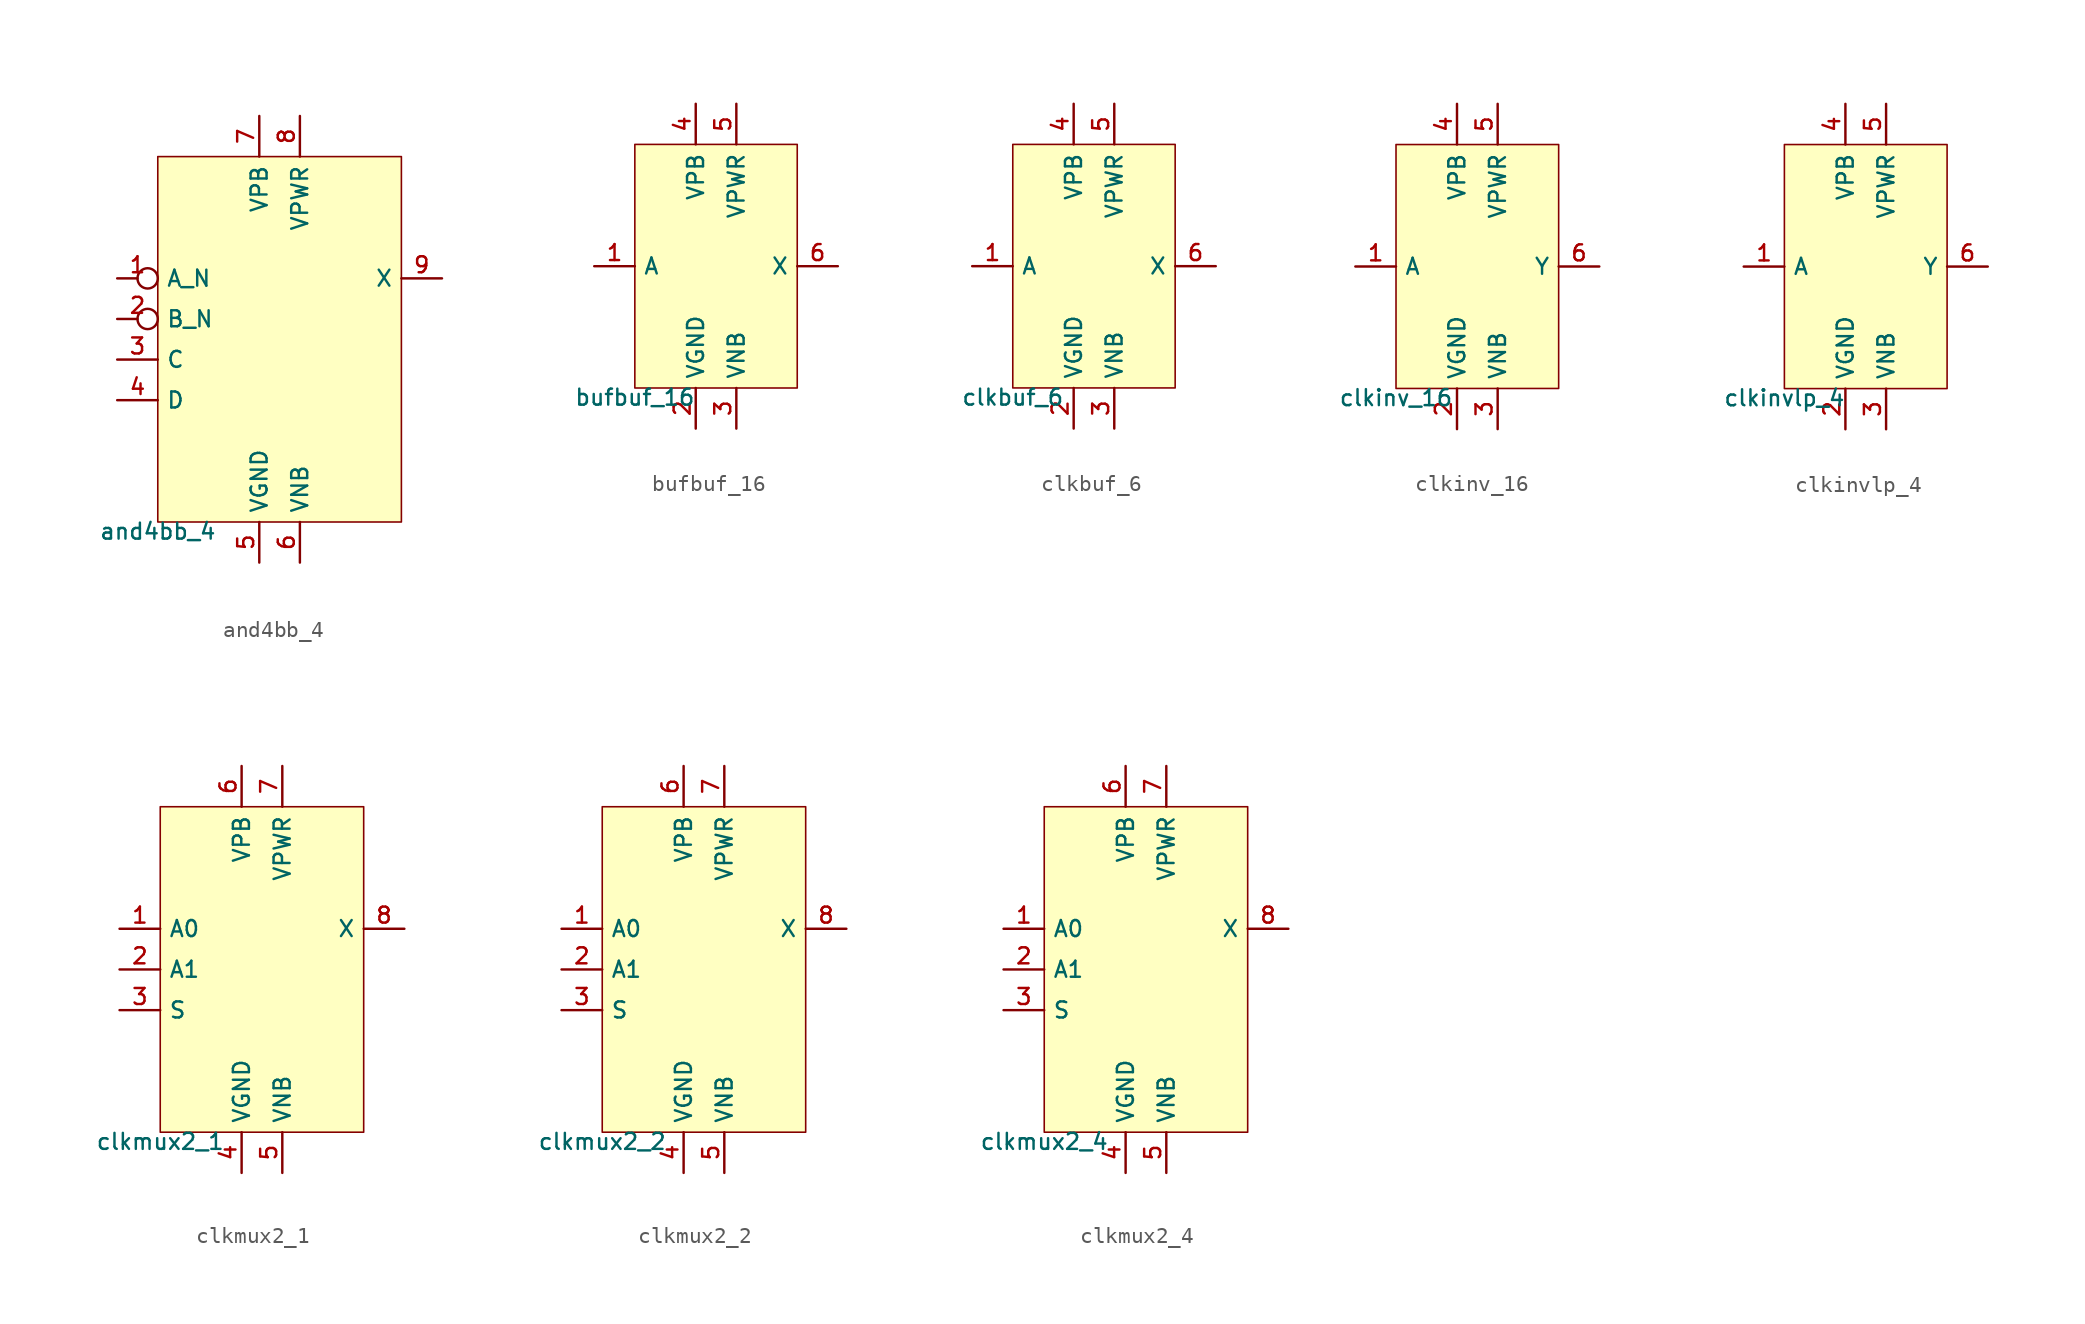
<source format=kicad_sym>
(kicad_symbol_lib
  (version 20211014)
  (generator pdk2kicad)
  (symbol "and4bb_4"
    (property "Reference" "X"
      (at 0 0 0)
      (effects (font (size 1 1)) hide))
    (property "Value" "and4bb_4"
      (at -7.62 -11.43 0)
      (effects (font (size 1 1)) (justify top)))
    (rectangle
      (start -7.62 -11.43)
      (end 7.62 11.43)
      (stroke (width 0.1) (type solid) (color 0 0 0 0))
      (fill (type background)))
    (pin input inverted
      (at -10.16 3.81 0)
      (length 2.54)
      (name "A_N" (effects (font (size 1 1)) hide))
      (number "1" (effects (font (size 1 1)) hide)))
    (pin input inverted
      (at -10.16 1.27 0)
      (length 2.54)
      (name "B_N" (effects (font (size 1 1)) hide))
      (number "2" (effects (font (size 1 1)) hide)))
    (pin input line
      (at -10.16 -1.27 0)
      (length 2.54)
      (name "C" (effects (font (size 1 1)) hide))
      (number "3" (effects (font (size 1 1)) hide)))
    (pin input line
      (at -10.16 -3.81 0)
      (length 2.54)
      (name "D" (effects (font (size 1 1)) hide))
      (number "4" (effects (font (size 1 1)) hide)))
    (pin power_in line
      (at -1.27 -13.97 90)
      (length 2.54)
      (name "VGND" (effects (font (size 1 1)) hide))
      (number "5" (effects (font (size 1 1)) hide)))
    (pin power_in line
      (at 1.27 -13.97 90)
      (length 2.54)
      (name "VNB" (effects (font (size 1 1)) hide))
      (number "6" (effects (font (size 1 1)) hide)))
    (pin power_in line
      (at -1.27 13.97 270)
      (length 2.54)
      (name "VPB" (effects (font (size 1 1)) hide))
      (number "7" (effects (font (size 1 1)) hide)))
    (pin power_in line
      (at 1.27 13.97 270)
      (length 2.54)
      (name "VPWR" (effects (font (size 1 1)) hide))
      (number "8" (effects (font (size 1 1)) hide)))
    (pin output line
      (at 10.16 3.81 180)
      (length 2.54)
      (name "X" (effects (font (size 1 1)) hide))
      (number "9" (effects (font (size 1 1)) hide))))
  (symbol "bufbuf_16"
    (property "Reference" "X"
      (at 0 0 0)
      (effects (font (size 1 1)) hide))
    (property "Value" "bufbuf_16"
      (at -5.08 -7.62 0)
      (effects (font (size 1 1)) (justify top)))
    (rectangle
      (start -5.08 -7.62)
      (end 5.08 7.62)
      (stroke (width 0.1) (type solid) (color 0 0 0 0))
      (fill (type background)))
    (pin input line
      (at -7.62 0.0 0)
      (length 2.54)
      (name "A" (effects (font (size 1 1)) hide))
      (number "1" (effects (font (size 1 1)) hide)))
    (pin power_in line
      (at -1.27 -10.16 90)
      (length 2.54)
      (name "VGND" (effects (font (size 1 1)) hide))
      (number "2" (effects (font (size 1 1)) hide)))
    (pin power_in line
      (at 1.27 -10.16 90)
      (length 2.54)
      (name "VNB" (effects (font (size 1 1)) hide))
      (number "3" (effects (font (size 1 1)) hide)))
    (pin power_in line
      (at -1.27 10.16 270)
      (length 2.54)
      (name "VPB" (effects (font (size 1 1)) hide))
      (number "4" (effects (font (size 1 1)) hide)))
    (pin power_in line
      (at 1.27 10.16 270)
      (length 2.54)
      (name "VPWR" (effects (font (size 1 1)) hide))
      (number "5" (effects (font (size 1 1)) hide)))
    (pin output line
      (at 7.62 0.0 180)
      (length 2.54)
      (name "X" (effects (font (size 1 1)) hide))
      (number "6" (effects (font (size 1 1)) hide))))
  (symbol "clkbuf_6"
    (property "Reference" "X"
      (at 0 0 0)
      (effects (font (size 1 1)) hide))
    (property "Value" "clkbuf_6"
      (at -5.08 -7.62 0)
      (effects (font (size 1 1)) (justify top)))
    (rectangle
      (start -5.08 -7.62)
      (end 5.08 7.62)
      (stroke (width 0.1) (type solid) (color 0 0 0 0))
      (fill (type background)))
    (pin input line
      (at -7.62 0.0 0)
      (length 2.54)
      (name "A" (effects (font (size 1 1)) hide))
      (number "1" (effects (font (size 1 1)) hide)))
    (pin power_in line
      (at -1.27 -10.16 90)
      (length 2.54)
      (name "VGND" (effects (font (size 1 1)) hide))
      (number "2" (effects (font (size 1 1)) hide)))
    (pin power_in line
      (at 1.27 -10.16 90)
      (length 2.54)
      (name "VNB" (effects (font (size 1 1)) hide))
      (number "3" (effects (font (size 1 1)) hide)))
    (pin power_in line
      (at -1.27 10.16 270)
      (length 2.54)
      (name "VPB" (effects (font (size 1 1)) hide))
      (number "4" (effects (font (size 1 1)) hide)))
    (pin power_in line
      (at 1.27 10.16 270)
      (length 2.54)
      (name "VPWR" (effects (font (size 1 1)) hide))
      (number "5" (effects (font (size 1 1)) hide)))
    (pin output line
      (at 7.62 0.0 180)
      (length 2.54)
      (name "X" (effects (font (size 1 1)) hide))
      (number "6" (effects (font (size 1 1)) hide))))
  (symbol "clkinv_16"
    (property "Reference" "X"
      (at 0 0 0)
      (effects (font (size 1 1)) hide))
    (property "Value" "clkinv_16"
      (at -5.08 -7.62 0)
      (effects (font (size 1 1)) (justify top)))
    (rectangle
      (start -5.08 -7.62)
      (end 5.08 7.62)
      (stroke (width 0.1) (type solid) (color 0 0 0 0))
      (fill (type background)))
    (pin input line
      (at -7.62 0.0 0)
      (length 2.54)
      (name "A" (effects (font (size 1 1)) hide))
      (number "1" (effects (font (size 1 1)) hide)))
    (pin power_in line
      (at -1.27 -10.16 90)
      (length 2.54)
      (name "VGND" (effects (font (size 1 1)) hide))
      (number "2" (effects (font (size 1 1)) hide)))
    (pin power_in line
      (at 1.27 -10.16 90)
      (length 2.54)
      (name "VNB" (effects (font (size 1 1)) hide))
      (number "3" (effects (font (size 1 1)) hide)))
    (pin power_in line
      (at -1.27 10.16 270)
      (length 2.54)
      (name "VPB" (effects (font (size 1 1)) hide))
      (number "4" (effects (font (size 1 1)) hide)))
    (pin power_in line
      (at 1.27 10.16 270)
      (length 2.54)
      (name "VPWR" (effects (font (size 1 1)) hide))
      (number "5" (effects (font (size 1 1)) hide)))
    (pin output line
      (at 7.62 0.0 180)
      (length 2.54)
      (name "Y" (effects (font (size 1 1)) hide))
      (number "6" (effects (font (size 1 1)) hide))))
  (symbol "clkinvlp_4"
    (property "Reference" "X"
      (at 0 0 0)
      (effects (font (size 1 1)) hide))
    (property "Value" "clkinvlp_4"
      (at -5.08 -7.62 0)
      (effects (font (size 1 1)) (justify top)))
    (rectangle
      (start -5.08 -7.62)
      (end 5.08 7.62)
      (stroke (width 0.1) (type solid) (color 0 0 0 0))
      (fill (type background)))
    (pin input line
      (at -7.62 0.0 0)
      (length 2.54)
      (name "A" (effects (font (size 1 1)) hide))
      (number "1" (effects (font (size 1 1)) hide)))
    (pin power_in line
      (at -1.27 -10.16 90)
      (length 2.54)
      (name "VGND" (effects (font (size 1 1)) hide))
      (number "2" (effects (font (size 1 1)) hide)))
    (pin power_in line
      (at 1.27 -10.16 90)
      (length 2.54)
      (name "VNB" (effects (font (size 1 1)) hide))
      (number "3" (effects (font (size 1 1)) hide)))
    (pin power_in line
      (at -1.27 10.16 270)
      (length 2.54)
      (name "VPB" (effects (font (size 1 1)) hide))
      (number "4" (effects (font (size 1 1)) hide)))
    (pin power_in line
      (at 1.27 10.16 270)
      (length 2.54)
      (name "VPWR" (effects (font (size 1 1)) hide))
      (number "5" (effects (font (size 1 1)) hide)))
    (pin output line
      (at 7.62 0.0 180)
      (length 2.54)
      (name "Y" (effects (font (size 1 1)) hide))
      (number "6" (effects (font (size 1 1)) hide))))
  (symbol "clkmux2_1"
    (property "Reference" "X"
      (at 0 0 0)
      (effects (font (size 1 1)) hide))
    (property "Value" "clkmux2_1"
      (at -6.35 -10.16 0)
      (effects (font (size 1 1)) (justify top)))
    (rectangle
      (start -6.35 -10.16)
      (end 6.35 10.16)
      (stroke (width 0.1) (type solid) (color 0 0 0 0))
      (fill (type background)))
    (pin input line
      (at -8.89 2.54 0)
      (length 2.54)
      (name "A0" (effects (font (size 1 1)) hide))
      (number "1" (effects (font (size 1 1)) hide)))
    (pin input line
      (at -8.89 0.0 0)
      (length 2.54)
      (name "A1" (effects (font (size 1 1)) hide))
      (number "2" (effects (font (size 1 1)) hide)))
    (pin input line
      (at -8.89 -2.54 0)
      (length 2.54)
      (name "S" (effects (font (size 1 1)) hide))
      (number "3" (effects (font (size 1 1)) hide)))
    (pin power_in line
      (at -1.27 -12.7 90)
      (length 2.54)
      (name "VGND" (effects (font (size 1 1)) hide))
      (number "4" (effects (font (size 1 1)) hide)))
    (pin power_in line
      (at 1.27 -12.7 90)
      (length 2.54)
      (name "VNB" (effects (font (size 1 1)) hide))
      (number "5" (effects (font (size 1 1)) hide)))
    (pin power_in line
      (at -1.27 12.7 270)
      (length 2.54)
      (name "VPB" (effects (font (size 1 1)) hide))
      (number "6" (effects (font (size 1 1)) hide)))
    (pin power_in line
      (at 1.27 12.7 270)
      (length 2.54)
      (name "VPWR" (effects (font (size 1 1)) hide))
      (number "7" (effects (font (size 1 1)) hide)))
    (pin output line
      (at 8.89 2.54 180)
      (length 2.54)
      (name "X" (effects (font (size 1 1)) hide))
      (number "8" (effects (font (size 1 1)) hide))))
  (symbol "clkmux2_2"
    (property "Reference" "X"
      (at 0 0 0)
      (effects (font (size 1 1)) hide))
    (property "Value" "clkmux2_2"
      (at -6.35 -10.16 0)
      (effects (font (size 1 1)) (justify top)))
    (rectangle
      (start -6.35 -10.16)
      (end 6.35 10.16)
      (stroke (width 0.1) (type solid) (color 0 0 0 0))
      (fill (type background)))
    (pin input line
      (at -8.89 2.54 0)
      (length 2.54)
      (name "A0" (effects (font (size 1 1)) hide))
      (number "1" (effects (font (size 1 1)) hide)))
    (pin input line
      (at -8.89 0.0 0)
      (length 2.54)
      (name "A1" (effects (font (size 1 1)) hide))
      (number "2" (effects (font (size 1 1)) hide)))
    (pin input line
      (at -8.89 -2.54 0)
      (length 2.54)
      (name "S" (effects (font (size 1 1)) hide))
      (number "3" (effects (font (size 1 1)) hide)))
    (pin power_in line
      (at -1.27 -12.7 90)
      (length 2.54)
      (name "VGND" (effects (font (size 1 1)) hide))
      (number "4" (effects (font (size 1 1)) hide)))
    (pin power_in line
      (at 1.27 -12.7 90)
      (length 2.54)
      (name "VNB" (effects (font (size 1 1)) hide))
      (number "5" (effects (font (size 1 1)) hide)))
    (pin power_in line
      (at -1.27 12.7 270)
      (length 2.54)
      (name "VPB" (effects (font (size 1 1)) hide))
      (number "6" (effects (font (size 1 1)) hide)))
    (pin power_in line
      (at 1.27 12.7 270)
      (length 2.54)
      (name "VPWR" (effects (font (size 1 1)) hide))
      (number "7" (effects (font (size 1 1)) hide)))
    (pin output line
      (at 8.89 2.54 180)
      (length 2.54)
      (name "X" (effects (font (size 1 1)) hide))
      (number "8" (effects (font (size 1 1)) hide))))
  (symbol "clkmux2_4"
    (property "Reference" "X"
      (at 0 0 0)
      (effects (font (size 1 1)) hide))
    (property "Value" "clkmux2_4"
      (at -6.35 -10.16 0)
      (effects (font (size 1 1)) (justify top)))
    (rectangle
      (start -6.35 -10.16)
      (end 6.35 10.16)
      (stroke (width 0.1) (type solid) (color 0 0 0 0))
      (fill (type background)))
    (pin input line
      (at -8.89 2.54 0)
      (length 2.54)
      (name "A0" (effects (font (size 1 1)) hide))
      (number "1" (effects (font (size 1 1)) hide)))
    (pin input line
      (at -8.89 0.0 0)
      (length 2.54)
      (name "A1" (effects (font (size 1 1)) hide))
      (number "2" (effects (font (size 1 1)) hide)))
    (pin input line
      (at -8.89 -2.54 0)
      (length 2.54)
      (name "S" (effects (font (size 1 1)) hide))
      (number "3" (effects (font (size 1 1)) hide)))
    (pin power_in line
      (at -1.27 -12.7 90)
      (length 2.54)
      (name "VGND" (effects (font (size 1 1)) hide))
      (number "4" (effects (font (size 1 1)) hide)))
    (pin power_in line
      (at 1.27 -12.7 90)
      (length 2.54)
      (name "VNB" (effects (font (size 1 1)) hide))
      (number "5" (effects (font (size 1 1)) hide)))
    (pin power_in line
      (at -1.27 12.7 270)
      (length 2.54)
      (name "VPB" (effects (font (size 1 1)) hide))
      (number "6" (effects (font (size 1 1)) hide)))
    (pin power_in line
      (at 1.27 12.7 270)
      (length 2.54)
      (name "VPWR" (effects (font (size 1 1)) hide))
      (number "7" (effects (font (size 1 1)) hide)))
    (pin output line
      (at 8.89 2.54 180)
      (length 2.54)
      (name "X" (effects (font (size 1 1)) hide))
      (number "8" (effects (font (size 1 1)) hide)))))
</source>
